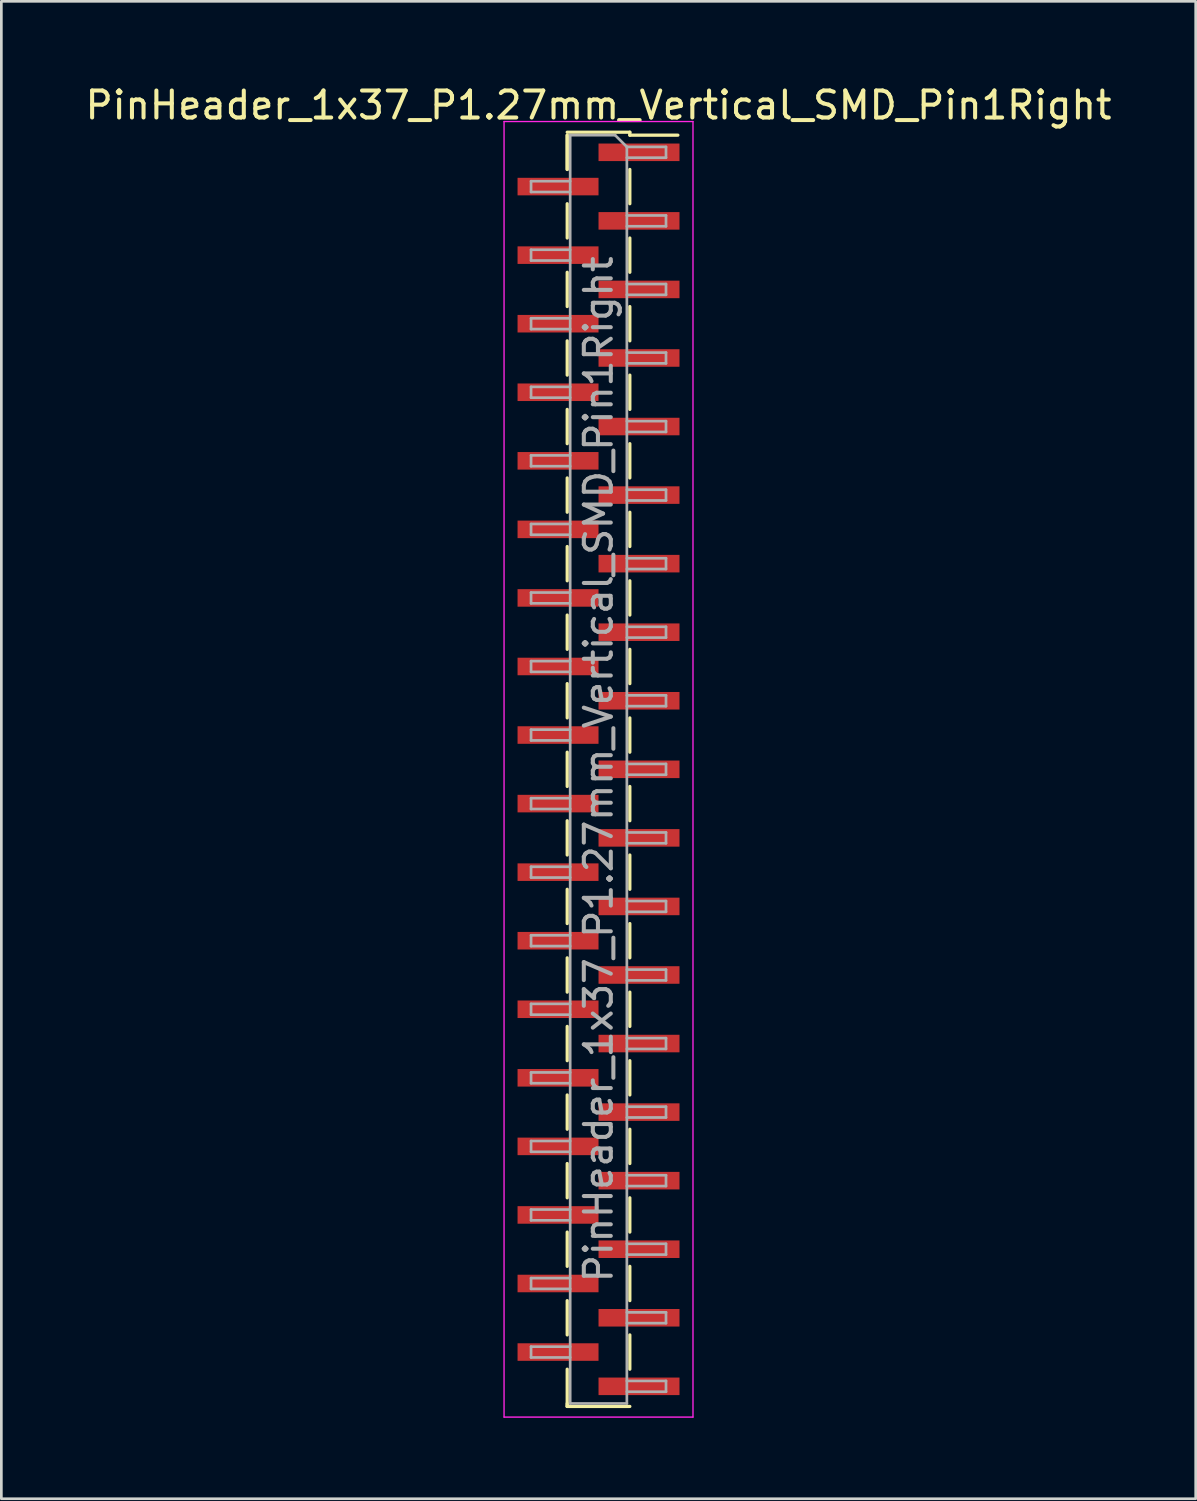
<source format=kicad_pcb>
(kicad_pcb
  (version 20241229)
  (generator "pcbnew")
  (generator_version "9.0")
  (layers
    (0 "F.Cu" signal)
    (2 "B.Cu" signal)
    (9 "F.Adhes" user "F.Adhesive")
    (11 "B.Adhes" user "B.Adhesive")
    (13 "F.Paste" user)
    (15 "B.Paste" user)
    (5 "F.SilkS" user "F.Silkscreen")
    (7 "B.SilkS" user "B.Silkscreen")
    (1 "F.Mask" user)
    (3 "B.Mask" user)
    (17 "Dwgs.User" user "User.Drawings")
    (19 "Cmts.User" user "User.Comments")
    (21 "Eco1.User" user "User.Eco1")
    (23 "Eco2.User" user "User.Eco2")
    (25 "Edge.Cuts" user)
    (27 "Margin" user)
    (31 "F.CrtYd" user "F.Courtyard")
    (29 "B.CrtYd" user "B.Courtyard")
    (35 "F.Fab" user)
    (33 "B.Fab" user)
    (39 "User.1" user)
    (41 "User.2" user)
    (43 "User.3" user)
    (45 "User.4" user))
  (footprint "PinHeader_1x37_P1.27mm_Vertical_SMD_Pin1Right"
    (layer "F.Cu")
    (at 19.125 25.453)
    (property "Reference" "PinHeader_1x37_P1.27mm_Vertical_SMD_Pin1Right" (at 0 -24.605 0) (layer "F.SilkS") (effects (font (size 1 1) (thickness 0.15))))
    (attr smd)
    (fp_line (start -1.16 -23.605) (end 1.16 -23.605) (stroke (width 0.12) (type solid)) (layer "F.SilkS"))
    (fp_line (start -1.16 -23.495) (end -1.16 -22.225) (stroke (width 0.12) (type solid)) (layer "F.SilkS"))
    (fp_line (start -1.16 -23.495) (end -1.16 -22.225) (stroke (width 0.12) (type solid)) (layer "F.SilkS"))
    (fp_line (start -1.16 -20.955) (end -1.16 -19.685) (stroke (width 0.12) (type solid)) (layer "F.SilkS"))
    (fp_line (start -1.16 -18.415) (end -1.16 -17.145) (stroke (width 0.12) (type solid)) (layer "F.SilkS"))
    (fp_line (start -1.16 -15.875) (end -1.16 -14.605) (stroke (width 0.12) (type solid)) (layer "F.SilkS"))
    (fp_line (start -1.16 -13.335) (end -1.16 -12.065) (stroke (width 0.12) (type solid)) (layer "F.SilkS"))
    (fp_line (start -1.16 -10.795) (end -1.16 -9.525) (stroke (width 0.12) (type solid)) (layer "F.SilkS"))
    (fp_line (start -1.16 -8.255) (end -1.16 -6.985) (stroke (width 0.12) (type solid)) (layer "F.SilkS"))
    (fp_line (start -1.16 -5.715) (end -1.16 -4.445) (stroke (width 0.12) (type solid)) (layer "F.SilkS"))
    (fp_line (start -1.16 -3.175) (end -1.16 -1.905) (stroke (width 0.12) (type solid)) (layer "F.SilkS"))
    (fp_line (start -1.16 -0.635) (end -1.16 0.635) (stroke (width 0.12) (type solid)) (layer "F.SilkS"))
    (fp_line (start -1.16 1.905) (end -1.16 3.175) (stroke (width 0.12) (type solid)) (layer "F.SilkS"))
    (fp_line (start -1.16 4.445) (end -1.16 5.715) (stroke (width 0.12) (type solid)) (layer "F.SilkS"))
    (fp_line (start -1.16 6.985) (end -1.16 8.255) (stroke (width 0.12) (type solid)) (layer "F.SilkS"))
    (fp_line (start -1.16 9.525) (end -1.16 10.795) (stroke (width 0.12) (type solid)) (layer "F.SilkS"))
    (fp_line (start -1.16 12.065) (end -1.16 13.335) (stroke (width 0.12) (type solid)) (layer "F.SilkS"))
    (fp_line (start -1.16 14.605) (end -1.16 15.875) (stroke (width 0.12) (type solid)) (layer "F.SilkS"))
    (fp_line (start -1.16 17.145) (end -1.16 18.415) (stroke (width 0.12) (type solid)) (layer "F.SilkS"))
    (fp_line (start -1.16 19.685) (end -1.16 20.955) (stroke (width 0.12) (type solid)) (layer "F.SilkS"))
    (fp_line (start -1.16 22.225) (end -1.16 23.605) (stroke (width 0.12) (type solid)) (layer "F.SilkS"))
    (fp_line (start -1.16 23.495) (end -1.16 23.605) (stroke (width 0.12) (type solid)) (layer "F.SilkS"))
    (fp_line (start -1.16 23.605) (end 1.16 23.605) (stroke (width 0.12) (type solid)) (layer "F.SilkS"))
    (fp_line (start 1.16 -23.605) (end 1.16 -23.495) (stroke (width 0.12) (type solid)) (layer "F.SilkS"))
    (fp_line (start 1.16 -23.495) (end 2.94 -23.495) (stroke (width 0.12) (type solid)) (layer "F.SilkS"))
    (fp_line (start 1.16 -22.225) (end 1.16 -20.955) (stroke (width 0.12) (type solid)) (layer "F.SilkS"))
    (fp_line (start 1.16 -19.685) (end 1.16 -18.415) (stroke (width 0.12) (type solid)) (layer "F.SilkS"))
    (fp_line (start 1.16 -17.145) (end 1.16 -15.875) (stroke (width 0.12) (type solid)) (layer "F.SilkS"))
    (fp_line (start 1.16 -14.605) (end 1.16 -13.335) (stroke (width 0.12) (type solid)) (layer "F.SilkS"))
    (fp_line (start 1.16 -12.065) (end 1.16 -10.795) (stroke (width 0.12) (type solid)) (layer "F.SilkS"))
    (fp_line (start 1.16 -9.525) (end 1.16 -8.255) (stroke (width 0.12) (type solid)) (layer "F.SilkS"))
    (fp_line (start 1.16 -6.985) (end 1.16 -5.715) (stroke (width 0.12) (type solid)) (layer "F.SilkS"))
    (fp_line (start 1.16 -4.445) (end 1.16 -3.175) (stroke (width 0.12) (type solid)) (layer "F.SilkS"))
    (fp_line (start 1.16 -1.905) (end 1.16 -0.635) (stroke (width 0.12) (type solid)) (layer "F.SilkS"))
    (fp_line (start 1.16 0.635) (end 1.16 1.905) (stroke (width 0.12) (type solid)) (layer "F.SilkS"))
    (fp_line (start 1.16 3.175) (end 1.16 4.445) (stroke (width 0.12) (type solid)) (layer "F.SilkS"))
    (fp_line (start 1.16 5.715) (end 1.16 6.985) (stroke (width 0.12) (type solid)) (layer "F.SilkS"))
    (fp_line (start 1.16 8.255) (end 1.16 9.525) (stroke (width 0.12) (type solid)) (layer "F.SilkS"))
    (fp_line (start 1.16 10.795) (end 1.16 12.065) (stroke (width 0.12) (type solid)) (layer "F.SilkS"))
    (fp_line (start 1.16 13.335) (end 1.16 14.605) (stroke (width 0.12) (type solid)) (layer "F.SilkS"))
    (fp_line (start 1.16 15.875) (end 1.16 17.145) (stroke (width 0.12) (type solid)) (layer "F.SilkS"))
    (fp_line (start 1.16 18.415) (end 1.16 19.685) (stroke (width 0.12) (type solid)) (layer "F.SilkS"))
    (fp_line (start 1.16 20.955) (end 1.16 22.225) (stroke (width 0.12) (type solid)) (layer "F.SilkS"))
    (fp_line (start -3.5 -24) (end -3.5 24) (stroke (width 0.05) (type solid)) (layer "F.CrtYd"))
    (fp_line (start -3.5 24) (end 3.5 24) (stroke (width 0.05) (type solid)) (layer "F.CrtYd"))
    (fp_line (start 3.5 -24) (end -3.5 -24) (stroke (width 0.05) (type solid)) (layer "F.CrtYd"))
    (fp_line (start 3.5 24) (end 3.5 -24) (stroke (width 0.05) (type solid)) (layer "F.CrtYd"))
    (fp_line (start -2.5 -21.79) (end -2.5 -21.39) (stroke (width 0.1) (type solid)) (layer "F.Fab"))
    (fp_line (start -2.5 -21.39) (end -1.05 -21.39) (stroke (width 0.1) (type solid)) (layer "F.Fab"))
    (fp_line (start -2.5 -19.25) (end -2.5 -18.85) (stroke (width 0.1) (type solid)) (layer "F.Fab"))
    (fp_line (start -2.5 -18.85) (end -1.05 -18.85) (stroke (width 0.1) (type solid)) (layer "F.Fab"))
    (fp_line (start -2.5 -16.71) (end -2.5 -16.31) (stroke (width 0.1) (type solid)) (layer "F.Fab"))
    (fp_line (start -2.5 -16.31) (end -1.05 -16.31) (stroke (width 0.1) (type solid)) (layer "F.Fab"))
    (fp_line (start -2.5 -14.17) (end -2.5 -13.77) (stroke (width 0.1) (type solid)) (layer "F.Fab"))
    (fp_line (start -2.5 -13.77) (end -1.05 -13.77) (stroke (width 0.1) (type solid)) (layer "F.Fab"))
    (fp_line (start -2.5 -11.63) (end -2.5 -11.23) (stroke (width 0.1) (type solid)) (layer "F.Fab"))
    (fp_line (start -2.5 -11.23) (end -1.05 -11.23) (stroke (width 0.1) (type solid)) (layer "F.Fab"))
    (fp_line (start -2.5 -9.09) (end -2.5 -8.69) (stroke (width 0.1) (type solid)) (layer "F.Fab"))
    (fp_line (start -2.5 -8.69) (end -1.05 -8.69) (stroke (width 0.1) (type solid)) (layer "F.Fab"))
    (fp_line (start -2.5 -6.55) (end -2.5 -6.15) (stroke (width 0.1) (type solid)) (layer "F.Fab"))
    (fp_line (start -2.5 -6.15) (end -1.05 -6.15) (stroke (width 0.1) (type solid)) (layer "F.Fab"))
    (fp_line (start -2.5 -4.01) (end -2.5 -3.61) (stroke (width 0.1) (type solid)) (layer "F.Fab"))
    (fp_line (start -2.5 -3.61) (end -1.05 -3.61) (stroke (width 0.1) (type solid)) (layer "F.Fab"))
    (fp_line (start -2.5 -1.47) (end -2.5 -1.07) (stroke (width 0.1) (type solid)) (layer "F.Fab"))
    (fp_line (start -2.5 -1.07) (end -1.05 -1.07) (stroke (width 0.1) (type solid)) (layer "F.Fab"))
    (fp_line (start -2.5 1.07) (end -2.5 1.47) (stroke (width 0.1) (type solid)) (layer "F.Fab"))
    (fp_line (start -2.5 1.47) (end -1.05 1.47) (stroke (width 0.1) (type solid)) (layer "F.Fab"))
    (fp_line (start -2.5 3.61) (end -2.5 4.01) (stroke (width 0.1) (type solid)) (layer "F.Fab"))
    (fp_line (start -2.5 4.01) (end -1.05 4.01) (stroke (width 0.1) (type solid)) (layer "F.Fab"))
    (fp_line (start -2.5 6.15) (end -2.5 6.55) (stroke (width 0.1) (type solid)) (layer "F.Fab"))
    (fp_line (start -2.5 6.55) (end -1.05 6.55) (stroke (width 0.1) (type solid)) (layer "F.Fab"))
    (fp_line (start -2.5 8.69) (end -2.5 9.09) (stroke (width 0.1) (type solid)) (layer "F.Fab"))
    (fp_line (start -2.5 9.09) (end -1.05 9.09) (stroke (width 0.1) (type solid)) (layer "F.Fab"))
    (fp_line (start -2.5 11.23) (end -2.5 11.63) (stroke (width 0.1) (type solid)) (layer "F.Fab"))
    (fp_line (start -2.5 11.63) (end -1.05 11.63) (stroke (width 0.1) (type solid)) (layer "F.Fab"))
    (fp_line (start -2.5 13.77) (end -2.5 14.17) (stroke (width 0.1) (type solid)) (layer "F.Fab"))
    (fp_line (start -2.5 14.17) (end -1.05 14.17) (stroke (width 0.1) (type solid)) (layer "F.Fab"))
    (fp_line (start -2.5 16.31) (end -2.5 16.71) (stroke (width 0.1) (type solid)) (layer "F.Fab"))
    (fp_line (start -2.5 16.71) (end -1.05 16.71) (stroke (width 0.1) (type solid)) (layer "F.Fab"))
    (fp_line (start -2.5 18.85) (end -2.5 19.25) (stroke (width 0.1) (type solid)) (layer "F.Fab"))
    (fp_line (start -2.5 19.25) (end -1.05 19.25) (stroke (width 0.1) (type solid)) (layer "F.Fab"))
    (fp_line (start -2.5 21.39) (end -2.5 21.79) (stroke (width 0.1) (type solid)) (layer "F.Fab"))
    (fp_line (start -2.5 21.79) (end -1.05 21.79) (stroke (width 0.1) (type solid)) (layer "F.Fab"))
    (fp_line (start -1.05 -23.495) (end -1.05 23.495) (stroke (width 0.1) (type solid)) (layer "F.Fab"))
    (fp_line (start -1.05 -23.495) (end 0.615 -23.495) (stroke (width 0.1) (type solid)) (layer "F.Fab"))
    (fp_line (start -1.05 -21.79) (end -2.5 -21.79) (stroke (width 0.1) (type solid)) (layer "F.Fab"))
    (fp_line (start -1.05 -19.25) (end -2.5 -19.25) (stroke (width 0.1) (type solid)) (layer "F.Fab"))
    (fp_line (start -1.05 -16.71) (end -2.5 -16.71) (stroke (width 0.1) (type solid)) (layer "F.Fab"))
    (fp_line (start -1.05 -14.17) (end -2.5 -14.17) (stroke (width 0.1) (type solid)) (layer "F.Fab"))
    (fp_line (start -1.05 -11.63) (end -2.5 -11.63) (stroke (width 0.1) (type solid)) (layer "F.Fab"))
    (fp_line (start -1.05 -9.09) (end -2.5 -9.09) (stroke (width 0.1) (type solid)) (layer "F.Fab"))
    (fp_line (start -1.05 -6.55) (end -2.5 -6.55) (stroke (width 0.1) (type solid)) (layer "F.Fab"))
    (fp_line (start -1.05 -4.01) (end -2.5 -4.01) (stroke (width 0.1) (type solid)) (layer "F.Fab"))
    (fp_line (start -1.05 -1.47) (end -2.5 -1.47) (stroke (width 0.1) (type solid)) (layer "F.Fab"))
    (fp_line (start -1.05 1.07) (end -2.5 1.07) (stroke (width 0.1) (type solid)) (layer "F.Fab"))
    (fp_line (start -1.05 3.61) (end -2.5 3.61) (stroke (width 0.1) (type solid)) (layer "F.Fab"))
    (fp_line (start -1.05 6.15) (end -2.5 6.15) (stroke (width 0.1) (type solid)) (layer "F.Fab"))
    (fp_line (start -1.05 8.69) (end -2.5 8.69) (stroke (width 0.1) (type solid)) (layer "F.Fab"))
    (fp_line (start -1.05 11.23) (end -2.5 11.23) (stroke (width 0.1) (type solid)) (layer "F.Fab"))
    (fp_line (start -1.05 13.77) (end -2.5 13.77) (stroke (width 0.1) (type solid)) (layer "F.Fab"))
    (fp_line (start -1.05 16.31) (end -2.5 16.31) (stroke (width 0.1) (type solid)) (layer "F.Fab"))
    (fp_line (start -1.05 18.85) (end -2.5 18.85) (stroke (width 0.1) (type solid)) (layer "F.Fab"))
    (fp_line (start -1.05 21.39) (end -2.5 21.39) (stroke (width 0.1) (type solid)) (layer "F.Fab"))
    (fp_line (start 1.05 -23.06) (end 0.615 -23.495) (stroke (width 0.1) (type solid)) (layer "F.Fab"))
    (fp_line (start 1.05 -23.06) (end 2.5 -23.06) (stroke (width 0.1) (type solid)) (layer "F.Fab"))
    (fp_line (start 1.05 -20.52) (end 2.5 -20.52) (stroke (width 0.1) (type solid)) (layer "F.Fab"))
    (fp_line (start 1.05 -17.98) (end 2.5 -17.98) (stroke (width 0.1) (type solid)) (layer "F.Fab"))
    (fp_line (start 1.05 -15.44) (end 2.5 -15.44) (stroke (width 0.1) (type solid)) (layer "F.Fab"))
    (fp_line (start 1.05 -12.9) (end 2.5 -12.9) (stroke (width 0.1) (type solid)) (layer "F.Fab"))
    (fp_line (start 1.05 -10.36) (end 2.5 -10.36) (stroke (width 0.1) (type solid)) (layer "F.Fab"))
    (fp_line (start 1.05 -7.82) (end 2.5 -7.82) (stroke (width 0.1) (type solid)) (layer "F.Fab"))
    (fp_line (start 1.05 -5.28) (end 2.5 -5.28) (stroke (width 0.1) (type solid)) (layer "F.Fab"))
    (fp_line (start 1.05 -2.74) (end 2.5 -2.74) (stroke (width 0.1) (type solid)) (layer "F.Fab"))
    (fp_line (start 1.05 -0.2) (end 2.5 -0.2) (stroke (width 0.1) (type solid)) (layer "F.Fab"))
    (fp_line (start 1.05 2.34) (end 2.5 2.34) (stroke (width 0.1) (type solid)) (layer "F.Fab"))
    (fp_line (start 1.05 4.88) (end 2.5 4.88) (stroke (width 0.1) (type solid)) (layer "F.Fab"))
    (fp_line (start 1.05 7.42) (end 2.5 7.42) (stroke (width 0.1) (type solid)) (layer "F.Fab"))
    (fp_line (start 1.05 9.96) (end 2.5 9.96) (stroke (width 0.1) (type solid)) (layer "F.Fab"))
    (fp_line (start 1.05 12.5) (end 2.5 12.5) (stroke (width 0.1) (type solid)) (layer "F.Fab"))
    (fp_line (start 1.05 15.04) (end 2.5 15.04) (stroke (width 0.1) (type solid)) (layer "F.Fab"))
    (fp_line (start 1.05 17.58) (end 2.5 17.58) (stroke (width 0.1) (type solid)) (layer "F.Fab"))
    (fp_line (start 1.05 20.12) (end 2.5 20.12) (stroke (width 0.1) (type solid)) (layer "F.Fab"))
    (fp_line (start 1.05 22.66) (end 2.5 22.66) (stroke (width 0.1) (type solid)) (layer "F.Fab"))
    (fp_line (start 1.05 23.495) (end -1.05 23.495) (stroke (width 0.1) (type solid)) (layer "F.Fab"))
    (fp_line (start 1.05 23.495) (end 1.05 -23.06) (stroke (width 0.1) (type solid)) (layer "F.Fab"))
    (fp_line (start 2.5 -23.06) (end 2.5 -22.66) (stroke (width 0.1) (type solid)) (layer "F.Fab"))
    (fp_line (start 2.5 -22.66) (end 1.05 -22.66) (stroke (width 0.1) (type solid)) (layer "F.Fab"))
    (fp_line (start 2.5 -20.52) (end 2.5 -20.12) (stroke (width 0.1) (type solid)) (layer "F.Fab"))
    (fp_line (start 2.5 -20.12) (end 1.05 -20.12) (stroke (width 0.1) (type solid)) (layer "F.Fab"))
    (fp_line (start 2.5 -17.98) (end 2.5 -17.58) (stroke (width 0.1) (type solid)) (layer "F.Fab"))
    (fp_line (start 2.5 -17.58) (end 1.05 -17.58) (stroke (width 0.1) (type solid)) (layer "F.Fab"))
    (fp_line (start 2.5 -15.44) (end 2.5 -15.04) (stroke (width 0.1) (type solid)) (layer "F.Fab"))
    (fp_line (start 2.5 -15.04) (end 1.05 -15.04) (stroke (width 0.1) (type solid)) (layer "F.Fab"))
    (fp_line (start 2.5 -12.9) (end 2.5 -12.5) (stroke (width 0.1) (type solid)) (layer "F.Fab"))
    (fp_line (start 2.5 -12.5) (end 1.05 -12.5) (stroke (width 0.1) (type solid)) (layer "F.Fab"))
    (fp_line (start 2.5 -10.36) (end 2.5 -9.96) (stroke (width 0.1) (type solid)) (layer "F.Fab"))
    (fp_line (start 2.5 -9.96) (end 1.05 -9.96) (stroke (width 0.1) (type solid)) (layer "F.Fab"))
    (fp_line (start 2.5 -7.82) (end 2.5 -7.42) (stroke (width 0.1) (type solid)) (layer "F.Fab"))
    (fp_line (start 2.5 -7.42) (end 1.05 -7.42) (stroke (width 0.1) (type solid)) (layer "F.Fab"))
    (fp_line (start 2.5 -5.28) (end 2.5 -4.88) (stroke (width 0.1) (type solid)) (layer "F.Fab"))
    (fp_line (start 2.5 -4.88) (end 1.05 -4.88) (stroke (width 0.1) (type solid)) (layer "F.Fab"))
    (fp_line (start 2.5 -2.74) (end 2.5 -2.34) (stroke (width 0.1) (type solid)) (layer "F.Fab"))
    (fp_line (start 2.5 -2.34) (end 1.05 -2.34) (stroke (width 0.1) (type solid)) (layer "F.Fab"))
    (fp_line (start 2.5 -0.2) (end 2.5 0.2) (stroke (width 0.1) (type solid)) (layer "F.Fab"))
    (fp_line (start 2.5 0.2) (end 1.05 0.2) (stroke (width 0.1) (type solid)) (layer "F.Fab"))
    (fp_line (start 2.5 2.34) (end 2.5 2.74) (stroke (width 0.1) (type solid)) (layer "F.Fab"))
    (fp_line (start 2.5 2.74) (end 1.05 2.74) (stroke (width 0.1) (type solid)) (layer "F.Fab"))
    (fp_line (start 2.5 4.88) (end 2.5 5.28) (stroke (width 0.1) (type solid)) (layer "F.Fab"))
    (fp_line (start 2.5 5.28) (end 1.05 5.28) (stroke (width 0.1) (type solid)) (layer "F.Fab"))
    (fp_line (start 2.5 7.42) (end 2.5 7.82) (stroke (width 0.1) (type solid)) (layer "F.Fab"))
    (fp_line (start 2.5 7.82) (end 1.05 7.82) (stroke (width 0.1) (type solid)) (layer "F.Fab"))
    (fp_line (start 2.5 9.96) (end 2.5 10.36) (stroke (width 0.1) (type solid)) (layer "F.Fab"))
    (fp_line (start 2.5 10.36) (end 1.05 10.36) (stroke (width 0.1) (type solid)) (layer "F.Fab"))
    (fp_line (start 2.5 12.5) (end 2.5 12.9) (stroke (width 0.1) (type solid)) (layer "F.Fab"))
    (fp_line (start 2.5 12.9) (end 1.05 12.9) (stroke (width 0.1) (type solid)) (layer "F.Fab"))
    (fp_line (start 2.5 15.04) (end 2.5 15.44) (stroke (width 0.1) (type solid)) (layer "F.Fab"))
    (fp_line (start 2.5 15.44) (end 1.05 15.44) (stroke (width 0.1) (type solid)) (layer "F.Fab"))
    (fp_line (start 2.5 17.58) (end 2.5 17.98) (stroke (width 0.1) (type solid)) (layer "F.Fab"))
    (fp_line (start 2.5 17.98) (end 1.05 17.98) (stroke (width 0.1) (type solid)) (layer "F.Fab"))
    (fp_line (start 2.5 20.12) (end 2.5 20.52) (stroke (width 0.1) (type solid)) (layer "F.Fab"))
    (fp_line (start 2.5 20.52) (end 1.05 20.52) (stroke (width 0.1) (type solid)) (layer "F.Fab"))
    (fp_line (start 2.5 22.66) (end 2.5 23.06) (stroke (width 0.1) (type solid)) (layer "F.Fab"))
    (fp_line (start 2.5 23.06) (end 1.05 23.06) (stroke (width 0.1) (type solid)) (layer "F.Fab"))
    (fp_text user "${REFERENCE}" (at 0 0 90) (layer "F.Fab") (effects (font (size 1 1) (thickness 0.15))))
    (pad "1" smd rect (at 1.5 -22.86) (size 3 0.65) (layers "F.Cu" "F.Mask" "F.Paste"))
    (pad "2" smd rect (at -1.5 -21.59) (size 3 0.65) (layers "F.Cu" "F.Mask" "F.Paste"))
    (pad "3" smd rect (at 1.5 -20.32) (size 3 0.65) (layers "F.Cu" "F.Mask" "F.Paste"))
    (pad "4" smd rect (at -1.5 -19.05) (size 3 0.65) (layers "F.Cu" "F.Mask" "F.Paste"))
    (pad "5" smd rect (at 1.5 -17.78) (size 3 0.65) (layers "F.Cu" "F.Mask" "F.Paste"))
    (pad "6" smd rect (at -1.5 -16.51) (size 3 0.65) (layers "F.Cu" "F.Mask" "F.Paste"))
    (pad "7" smd rect (at 1.5 -15.24) (size 3 0.65) (layers "F.Cu" "F.Mask" "F.Paste"))
    (pad "8" smd rect (at -1.5 -13.97) (size 3 0.65) (layers "F.Cu" "F.Mask" "F.Paste"))
    (pad "9" smd rect (at 1.5 -12.7) (size 3 0.65) (layers "F.Cu" "F.Mask" "F.Paste"))
    (pad "10" smd rect (at -1.5 -11.43) (size 3 0.65) (layers "F.Cu" "F.Mask" "F.Paste"))
    (pad "11" smd rect (at 1.5 -10.16) (size 3 0.65) (layers "F.Cu" "F.Mask" "F.Paste"))
    (pad "12" smd rect (at -1.5 -8.89) (size 3 0.65) (layers "F.Cu" "F.Mask" "F.Paste"))
    (pad "13" smd rect (at 1.5 -7.62) (size 3 0.65) (layers "F.Cu" "F.Mask" "F.Paste"))
    (pad "14" smd rect (at -1.5 -6.35) (size 3 0.65) (layers "F.Cu" "F.Mask" "F.Paste"))
    (pad "15" smd rect (at 1.5 -5.08) (size 3 0.65) (layers "F.Cu" "F.Mask" "F.Paste"))
    (pad "16" smd rect (at -1.5 -3.81) (size 3 0.65) (layers "F.Cu" "F.Mask" "F.Paste"))
    (pad "17" smd rect (at 1.5 -2.54) (size 3 0.65) (layers "F.Cu" "F.Mask" "F.Paste"))
    (pad "18" smd rect (at -1.5 -1.27) (size 3 0.65) (layers "F.Cu" "F.Mask" "F.Paste"))
    (pad "19" smd rect (at 1.5 0) (size 3 0.65) (layers "F.Cu" "F.Mask" "F.Paste"))
    (pad "20" smd rect (at -1.5 1.27) (size 3 0.65) (layers "F.Cu" "F.Mask" "F.Paste"))
    (pad "21" smd rect (at 1.5 2.54) (size 3 0.65) (layers "F.Cu" "F.Mask" "F.Paste"))
    (pad "22" smd rect (at -1.5 3.81) (size 3 0.65) (layers "F.Cu" "F.Mask" "F.Paste"))
    (pad "23" smd rect (at 1.5 5.08) (size 3 0.65) (layers "F.Cu" "F.Mask" "F.Paste"))
    (pad "24" smd rect (at -1.5 6.35) (size 3 0.65) (layers "F.Cu" "F.Mask" "F.Paste"))
    (pad "25" smd rect (at 1.5 7.62) (size 3 0.65) (layers "F.Cu" "F.Mask" "F.Paste"))
    (pad "26" smd rect (at -1.5 8.89) (size 3 0.65) (layers "F.Cu" "F.Mask" "F.Paste"))
    (pad "27" smd rect (at 1.5 10.16) (size 3 0.65) (layers "F.Cu" "F.Mask" "F.Paste"))
    (pad "28" smd rect (at -1.5 11.43) (size 3 0.65) (layers "F.Cu" "F.Mask" "F.Paste"))
    (pad "29" smd rect (at 1.5 12.7) (size 3 0.65) (layers "F.Cu" "F.Mask" "F.Paste"))
    (pad "30" smd rect (at -1.5 13.97) (size 3 0.65) (layers "F.Cu" "F.Mask" "F.Paste"))
    (pad "31" smd rect (at 1.5 15.24) (size 3 0.65) (layers "F.Cu" "F.Mask" "F.Paste"))
    (pad "32" smd rect (at -1.5 16.51) (size 3 0.65) (layers "F.Cu" "F.Mask" "F.Paste"))
    (pad "33" smd rect (at 1.5 17.78) (size 3 0.65) (layers "F.Cu" "F.Mask" "F.Paste"))
    (pad "34" smd rect (at -1.5 19.05) (size 3 0.65) (layers "F.Cu" "F.Mask" "F.Paste"))
    (pad "35" smd rect (at 1.5 20.32) (size 3 0.65) (layers "F.Cu" "F.Mask" "F.Paste"))
    (pad "36" smd rect (at -1.5 21.59) (size 3 0.65) (layers "F.Cu" "F.Mask" "F.Paste"))
    (pad "37" smd rect (at 1.5 22.86) (size 3 0.65) (layers "F.Cu" "F.Mask" "F.Paste")))
  (gr_rect
    (start -3 -3)
    (end 41.25 52.478)
    (stroke (width 0.1) (type default))
    (fill no)
    (layer "Edge.Cuts")))
</source>
